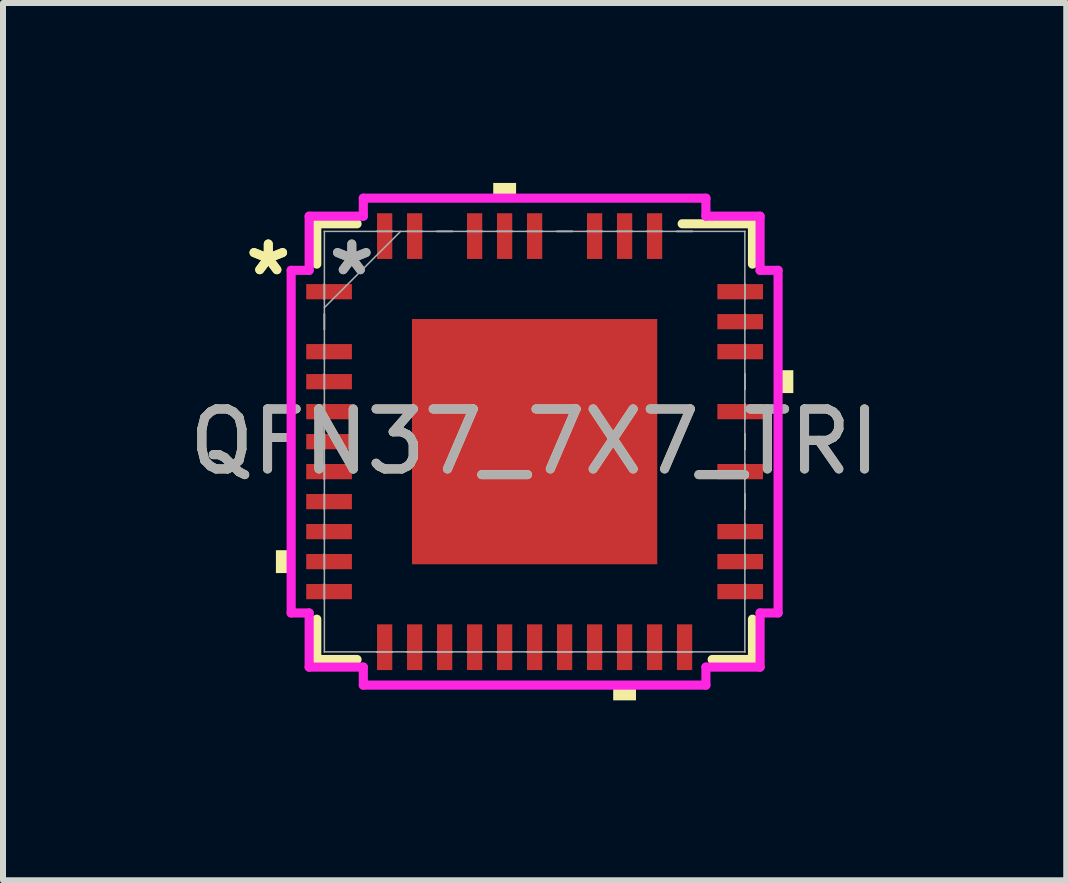
<source format=kicad_pcb>
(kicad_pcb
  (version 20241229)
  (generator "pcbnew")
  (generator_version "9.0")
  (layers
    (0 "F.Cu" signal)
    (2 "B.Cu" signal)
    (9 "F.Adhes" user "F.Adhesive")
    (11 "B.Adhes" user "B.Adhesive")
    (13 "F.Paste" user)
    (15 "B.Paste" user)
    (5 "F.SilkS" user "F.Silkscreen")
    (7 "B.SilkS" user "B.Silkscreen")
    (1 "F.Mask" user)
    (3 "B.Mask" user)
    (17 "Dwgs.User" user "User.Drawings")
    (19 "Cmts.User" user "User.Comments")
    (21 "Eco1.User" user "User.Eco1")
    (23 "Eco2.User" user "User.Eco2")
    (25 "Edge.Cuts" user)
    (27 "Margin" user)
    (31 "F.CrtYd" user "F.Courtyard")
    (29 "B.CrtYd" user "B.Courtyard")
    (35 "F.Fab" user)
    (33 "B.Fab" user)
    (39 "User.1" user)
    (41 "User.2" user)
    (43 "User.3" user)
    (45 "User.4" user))
  (footprint "QFN37_7X7_TRI"
    (layer "F.Cu")
    (at 5.863 4.313)
    (property "Reference" "QFN37_7X7_TRI" (at 0 0 0) (unlocked yes) (layer "F.SilkS") (effects (font (size 1 1) (thickness 0.15))))
    (attr smd)
    (fp_line (start -3.632 -3.632) (end -3.632 -2.96) (stroke (width 0.152) (type solid)) (layer "F.SilkS"))
    (fp_line (start -3.632 2.96) (end -3.632 3.632) (stroke (width 0.152) (type solid)) (layer "F.SilkS"))
    (fp_line (start -3.632 3.632) (end -2.96 3.632) (stroke (width 0.152) (type solid)) (layer "F.SilkS"))
    (fp_line (start -2.96 -3.632) (end -3.632 -3.632) (stroke (width 0.152) (type solid)) (layer "F.SilkS"))
    (fp_line (start 2.96 3.632) (end 3.632 3.632) (stroke (width 0.152) (type solid)) (layer "F.SilkS"))
    (fp_line (start 3.632 -3.632) (end 2.46 -3.632) (stroke (width 0.152) (type solid)) (layer "F.SilkS"))
    (fp_line (start 3.632 -2.96) (end 3.632 -3.632) (stroke (width 0.152) (type solid)) (layer "F.SilkS"))
    (fp_line (start 3.632 3.632) (end 3.632 2.96) (stroke (width 0.152) (type solid)) (layer "F.SilkS"))
    (fp_poly (pts (xy -4.313 1.81) (xy -4.313 2.191) (xy -4.059 2.191) (xy -4.059 1.81)) (stroke (width 0) (type solid)) (fill yes) (layer "F.SilkS"))
    (fp_poly (pts (xy -0.69 -4.059) (xy -0.69 -4.313) (xy -0.309 -4.313) (xy -0.309 -4.059)) (stroke (width 0) (type solid)) (fill yes) (layer "F.SilkS"))
    (fp_poly (pts (xy 1.31 4.059) (xy 1.31 4.313) (xy 1.69 4.313) (xy 1.69 4.059)) (stroke (width 0) (type solid)) (fill yes) (layer "F.SilkS"))
    (fp_poly (pts (xy 4.313 -1.191) (xy 4.313 -0.81) (xy 4.059 -0.81) (xy 4.059 -1.191)) (stroke (width 0) (type solid)) (fill yes) (layer "F.SilkS"))
    (fp_poly (pts (xy -1.945 -1.945) (xy -1.945 -0.782) (xy -0.782 -0.782) (xy -0.782 -1.945)) (stroke (width 0) (type solid)) (fill yes) (layer "F.Paste"))
    (fp_poly (pts (xy -1.945 -0.582) (xy -1.945 0.582) (xy -0.782 0.582) (xy -0.782 -0.582)) (stroke (width 0) (type solid)) (fill yes) (layer "F.Paste"))
    (fp_poly (pts (xy -1.945 0.782) (xy -1.945 1.945) (xy -0.782 1.945) (xy -0.782 0.782)) (stroke (width 0) (type solid)) (fill yes) (layer "F.Paste"))
    (fp_poly (pts (xy -0.582 -1.945) (xy -0.582 -0.782) (xy 0.582 -0.782) (xy 0.582 -1.945)) (stroke (width 0) (type solid)) (fill yes) (layer "F.Paste"))
    (fp_poly (pts (xy -0.582 -0.582) (xy -0.582 0.582) (xy 0.582 0.582) (xy 0.582 -0.582)) (stroke (width 0) (type solid)) (fill yes) (layer "F.Paste"))
    (fp_poly (pts (xy -0.582 0.782) (xy -0.582 1.945) (xy 0.582 1.945) (xy 0.582 0.782)) (stroke (width 0) (type solid)) (fill yes) (layer "F.Paste"))
    (fp_poly (pts (xy 0.782 -1.945) (xy 0.782 -0.782) (xy 1.945 -0.782) (xy 1.945 -1.945)) (stroke (width 0) (type solid)) (fill yes) (layer "F.Paste"))
    (fp_poly (pts (xy 0.782 -0.582) (xy 0.782 0.582) (xy 1.945 0.582) (xy 1.945 -0.582)) (stroke (width 0) (type solid)) (fill yes) (layer "F.Paste"))
    (fp_poly (pts (xy 0.782 0.782) (xy 0.782 1.945) (xy 1.945 1.945) (xy 1.945 0.782)) (stroke (width 0) (type solid)) (fill yes) (layer "F.Paste"))
    (fp_line (start -4.059 -2.856) (end -3.759 -2.856) (stroke (width 0.152) (type solid)) (layer "F.CrtYd"))
    (fp_line (start -4.059 2.856) (end -4.059 -2.856) (stroke (width 0.152) (type solid)) (layer "F.CrtYd"))
    (fp_line (start -3.759 -3.759) (end -2.856 -3.759) (stroke (width 0.152) (type solid)) (layer "F.CrtYd"))
    (fp_line (start -3.759 -2.856) (end -3.759 -3.759) (stroke (width 0.152) (type solid)) (layer "F.CrtYd"))
    (fp_line (start -3.759 2.856) (end -4.059 2.856) (stroke (width 0.152) (type solid)) (layer "F.CrtYd"))
    (fp_line (start -3.759 3.759) (end -3.759 2.856) (stroke (width 0.152) (type solid)) (layer "F.CrtYd"))
    (fp_line (start -2.856 -4.059) (end 2.856 -4.059) (stroke (width 0.152) (type solid)) (layer "F.CrtYd"))
    (fp_line (start -2.856 -3.759) (end -2.856 -4.059) (stroke (width 0.152) (type solid)) (layer "F.CrtYd"))
    (fp_line (start -2.856 3.759) (end -3.759 3.759) (stroke (width 0.152) (type solid)) (layer "F.CrtYd"))
    (fp_line (start -2.856 4.059) (end -2.856 3.759) (stroke (width 0.152) (type solid)) (layer "F.CrtYd"))
    (fp_line (start 2.856 -4.059) (end 2.856 -3.759) (stroke (width 0.152) (type solid)) (layer "F.CrtYd"))
    (fp_line (start 2.856 -3.759) (end 3.759 -3.759) (stroke (width 0.152) (type solid)) (layer "F.CrtYd"))
    (fp_line (start 2.856 3.759) (end 2.856 4.059) (stroke (width 0.152) (type solid)) (layer "F.CrtYd"))
    (fp_line (start 2.856 4.059) (end -2.856 4.059) (stroke (width 0.152) (type solid)) (layer "F.CrtYd"))
    (fp_line (start 3.759 -3.759) (end 3.759 -2.856) (stroke (width 0.152) (type solid)) (layer "F.CrtYd"))
    (fp_line (start 3.759 -2.856) (end 4.059 -2.856) (stroke (width 0.152) (type solid)) (layer "F.CrtYd"))
    (fp_line (start 3.759 2.856) (end 3.759 3.759) (stroke (width 0.152) (type solid)) (layer "F.CrtYd"))
    (fp_line (start 3.759 3.759) (end 2.856 3.759) (stroke (width 0.152) (type solid)) (layer "F.CrtYd"))
    (fp_line (start 4.059 -2.856) (end 4.059 2.856) (stroke (width 0.152) (type solid)) (layer "F.CrtYd"))
    (fp_line (start 4.059 2.856) (end 3.759 2.856) (stroke (width 0.152) (type solid)) (layer "F.CrtYd"))
    (fp_line (start -3.505 -3.505) (end -3.505 -3.505) (stroke (width 0.025) (type solid)) (layer "F.Fab"))
    (fp_line (start -3.505 -3.505) (end -3.505 3.505) (stroke (width 0.025) (type solid)) (layer "F.Fab"))
    (fp_line (start -3.505 -2.627) (end -3.505 -2.627) (stroke (width 0.025) (type solid)) (layer "F.Fab"))
    (fp_line (start -3.505 -2.627) (end -3.505 -2.373) (stroke (width 0.025) (type solid)) (layer "F.Fab"))
    (fp_line (start -3.505 -2.373) (end -3.505 -2.627) (stroke (width 0.025) (type solid)) (layer "F.Fab"))
    (fp_line (start -3.505 -2.373) (end -3.505 -2.373) (stroke (width 0.025) (type solid)) (layer "F.Fab"))
    (fp_line (start -3.505 -2.235) (end -2.235 -3.505) (stroke (width 0.025) (type solid)) (layer "F.Fab"))
    (fp_line (start -3.505 -2.127) (end -3.505 -2.127) (stroke (width 0.025) (type solid)) (layer "F.Fab"))
    (fp_line (start -3.505 -2.127) (end -3.505 -1.873) (stroke (width 0.025) (type solid)) (layer "F.Fab"))
    (fp_line (start -3.505 -1.873) (end -3.505 -2.127) (stroke (width 0.025) (type solid)) (layer "F.Fab"))
    (fp_line (start -3.505 -1.873) (end -3.505 -1.873) (stroke (width 0.025) (type solid)) (layer "F.Fab"))
    (fp_line (start -3.505 -1.627) (end -3.505 -1.627) (stroke (width 0.025) (type solid)) (layer "F.Fab"))
    (fp_line (start -3.505 -1.627) (end -3.505 -1.373) (stroke (width 0.025) (type solid)) (layer "F.Fab"))
    (fp_line (start -3.505 -1.373) (end -3.505 -1.627) (stroke (width 0.025) (type solid)) (layer "F.Fab"))
    (fp_line (start -3.505 -1.373) (end -3.505 -1.373) (stroke (width 0.025) (type solid)) (layer "F.Fab"))
    (fp_line (start -3.505 -1.127) (end -3.505 -1.127) (stroke (width 0.025) (type solid)) (layer "F.Fab"))
    (fp_line (start -3.505 -1.127) (end -3.505 -0.873) (stroke (width 0.025) (type solid)) (layer "F.Fab"))
    (fp_line (start -3.505 -0.873) (end -3.505 -1.127) (stroke (width 0.025) (type solid)) (layer "F.Fab"))
    (fp_line (start -3.505 -0.873) (end -3.505 -0.873) (stroke (width 0.025) (type solid)) (layer "F.Fab"))
    (fp_line (start -3.505 -0.627) (end -3.505 -0.627) (stroke (width 0.025) (type solid)) (layer "F.Fab"))
    (fp_line (start -3.505 -0.627) (end -3.505 -0.373) (stroke (width 0.025) (type solid)) (layer "F.Fab"))
    (fp_line (start -3.505 -0.373) (end -3.505 -0.627) (stroke (width 0.025) (type solid)) (layer "F.Fab"))
    (fp_line (start -3.505 -0.373) (end -3.505 -0.373) (stroke (width 0.025) (type solid)) (layer "F.Fab"))
    (fp_line (start -3.505 -0.127) (end -3.505 -0.127) (stroke (width 0.025) (type solid)) (layer "F.Fab"))
    (fp_line (start -3.505 -0.127) (end -3.505 0.127) (stroke (width 0.025) (type solid)) (layer "F.Fab"))
    (fp_line (start -3.505 0.127) (end -3.505 -0.127) (stroke (width 0.025) (type solid)) (layer "F.Fab"))
    (fp_line (start -3.505 0.127) (end -3.505 0.127) (stroke (width 0.025) (type solid)) (layer "F.Fab"))
    (fp_line (start -3.505 0.373) (end -3.505 0.373) (stroke (width 0.025) (type solid)) (layer "F.Fab"))
    (fp_line (start -3.505 0.373) (end -3.505 0.627) (stroke (width 0.025) (type solid)) (layer "F.Fab"))
    (fp_line (start -3.505 0.627) (end -3.505 0.373) (stroke (width 0.025) (type solid)) (layer "F.Fab"))
    (fp_line (start -3.505 0.627) (end -3.505 0.627) (stroke (width 0.025) (type solid)) (layer "F.Fab"))
    (fp_line (start -3.505 0.873) (end -3.505 0.873) (stroke (width 0.025) (type solid)) (layer "F.Fab"))
    (fp_line (start -3.505 0.873) (end -3.505 1.127) (stroke (width 0.025) (type solid)) (layer "F.Fab"))
    (fp_line (start -3.505 1.127) (end -3.505 0.873) (stroke (width 0.025) (type solid)) (layer "F.Fab"))
    (fp_line (start -3.505 1.127) (end -3.505 1.127) (stroke (width 0.025) (type solid)) (layer "F.Fab"))
    (fp_line (start -3.505 1.373) (end -3.505 1.373) (stroke (width 0.025) (type solid)) (layer "F.Fab"))
    (fp_line (start -3.505 1.373) (end -3.505 1.627) (stroke (width 0.025) (type solid)) (layer "F.Fab"))
    (fp_line (start -3.505 1.627) (end -3.505 1.373) (stroke (width 0.025) (type solid)) (layer "F.Fab"))
    (fp_line (start -3.505 1.627) (end -3.505 1.627) (stroke (width 0.025) (type solid)) (layer "F.Fab"))
    (fp_line (start -3.505 1.873) (end -3.505 1.873) (stroke (width 0.025) (type solid)) (layer "F.Fab"))
    (fp_line (start -3.505 1.873) (end -3.505 2.127) (stroke (width 0.025) (type solid)) (layer "F.Fab"))
    (fp_line (start -3.505 2.127) (end -3.505 1.873) (stroke (width 0.025) (type solid)) (layer "F.Fab"))
    (fp_line (start -3.505 2.127) (end -3.505 2.127) (stroke (width 0.025) (type solid)) (layer "F.Fab"))
    (fp_line (start -3.505 2.373) (end -3.505 2.373) (stroke (width 0.025) (type solid)) (layer "F.Fab"))
    (fp_line (start -3.505 2.373) (end -3.505 2.627) (stroke (width 0.025) (type solid)) (layer "F.Fab"))
    (fp_line (start -3.505 2.627) (end -3.505 2.373) (stroke (width 0.025) (type solid)) (layer "F.Fab"))
    (fp_line (start -3.505 2.627) (end -3.505 2.627) (stroke (width 0.025) (type solid)) (layer "F.Fab"))
    (fp_line (start -3.505 3.505) (end -3.505 3.505) (stroke (width 0.025) (type solid)) (layer "F.Fab"))
    (fp_line (start -3.505 3.505) (end 3.505 3.505) (stroke (width 0.025) (type solid)) (layer "F.Fab"))
    (fp_line (start -2.627 -3.505) (end -2.627 -3.505) (stroke (width 0.025) (type solid)) (layer "F.Fab"))
    (fp_line (start -2.627 -3.505) (end -2.373 -3.505) (stroke (width 0.025) (type solid)) (layer "F.Fab"))
    (fp_line (start -2.627 3.505) (end -2.627 3.505) (stroke (width 0.025) (type solid)) (layer "F.Fab"))
    (fp_line (start -2.627 3.505) (end -2.373 3.505) (stroke (width 0.025) (type solid)) (layer "F.Fab"))
    (fp_line (start -2.373 -3.505) (end -2.627 -3.505) (stroke (width 0.025) (type solid)) (layer "F.Fab"))
    (fp_line (start -2.373 -3.505) (end -2.373 -3.505) (stroke (width 0.025) (type solid)) (layer "F.Fab"))
    (fp_line (start -2.373 3.505) (end -2.627 3.505) (stroke (width 0.025) (type solid)) (layer "F.Fab"))
    (fp_line (start -2.373 3.505) (end -2.373 3.505) (stroke (width 0.025) (type solid)) (layer "F.Fab"))
    (fp_line (start -2.127 -3.505) (end -2.127 -3.505) (stroke (width 0.025) (type solid)) (layer "F.Fab"))
    (fp_line (start -2.127 -3.505) (end -1.873 -3.505) (stroke (width 0.025) (type solid)) (layer "F.Fab"))
    (fp_line (start -2.127 3.505) (end -2.127 3.505) (stroke (width 0.025) (type solid)) (layer "F.Fab"))
    (fp_line (start -2.127 3.505) (end -1.873 3.505) (stroke (width 0.025) (type solid)) (layer "F.Fab"))
    (fp_line (start -1.873 -3.505) (end -2.127 -3.505) (stroke (width 0.025) (type solid)) (layer "F.Fab"))
    (fp_line (start -1.873 -3.505) (end -1.873 -3.505) (stroke (width 0.025) (type solid)) (layer "F.Fab"))
    (fp_line (start -1.873 3.505) (end -2.127 3.505) (stroke (width 0.025) (type solid)) (layer "F.Fab"))
    (fp_line (start -1.873 3.505) (end -1.873 3.505) (stroke (width 0.025) (type solid)) (layer "F.Fab"))
    (fp_line (start -1.627 -3.505) (end -1.627 -3.505) (stroke (width 0.025) (type solid)) (layer "F.Fab"))
    (fp_line (start -1.627 -3.505) (end -1.373 -3.505) (stroke (width 0.025) (type solid)) (layer "F.Fab"))
    (fp_line (start -1.627 3.505) (end -1.627 3.505) (stroke (width 0.025) (type solid)) (layer "F.Fab"))
    (fp_line (start -1.627 3.505) (end -1.373 3.505) (stroke (width 0.025) (type solid)) (layer "F.Fab"))
    (fp_line (start -1.373 -3.505) (end -1.627 -3.505) (stroke (width 0.025) (type solid)) (layer "F.Fab"))
    (fp_line (start -1.373 -3.505) (end -1.373 -3.505) (stroke (width 0.025) (type solid)) (layer "F.Fab"))
    (fp_line (start -1.373 3.505) (end -1.627 3.505) (stroke (width 0.025) (type solid)) (layer "F.Fab"))
    (fp_line (start -1.373 3.505) (end -1.373 3.505) (stroke (width 0.025) (type solid)) (layer "F.Fab"))
    (fp_line (start -1.127 -3.505) (end -1.127 -3.505) (stroke (width 0.025) (type solid)) (layer "F.Fab"))
    (fp_line (start -1.127 -3.505) (end -0.873 -3.505) (stroke (width 0.025) (type solid)) (layer "F.Fab"))
    (fp_line (start -1.127 3.505) (end -1.127 3.505) (stroke (width 0.025) (type solid)) (layer "F.Fab"))
    (fp_line (start -1.127 3.505) (end -0.873 3.505) (stroke (width 0.025) (type solid)) (layer "F.Fab"))
    (fp_line (start -0.873 -3.505) (end -1.127 -3.505) (stroke (width 0.025) (type solid)) (layer "F.Fab"))
    (fp_line (start -0.873 -3.505) (end -0.873 -3.505) (stroke (width 0.025) (type solid)) (layer "F.Fab"))
    (fp_line (start -0.873 3.505) (end -1.127 3.505) (stroke (width 0.025) (type solid)) (layer "F.Fab"))
    (fp_line (start -0.873 3.505) (end -0.873 3.505) (stroke (width 0.025) (type solid)) (layer "F.Fab"))
    (fp_line (start -0.627 -3.505) (end -0.627 -3.505) (stroke (width 0.025) (type solid)) (layer "F.Fab"))
    (fp_line (start -0.627 -3.505) (end -0.373 -3.505) (stroke (width 0.025) (type solid)) (layer "F.Fab"))
    (fp_line (start -0.627 3.505) (end -0.627 3.505) (stroke (width 0.025) (type solid)) (layer "F.Fab"))
    (fp_line (start -0.627 3.505) (end -0.373 3.505) (stroke (width 0.025) (type solid)) (layer "F.Fab"))
    (fp_line (start -0.373 -3.505) (end -0.627 -3.505) (stroke (width 0.025) (type solid)) (layer "F.Fab"))
    (fp_line (start -0.373 -3.505) (end -0.373 -3.505) (stroke (width 0.025) (type solid)) (layer "F.Fab"))
    (fp_line (start -0.373 3.505) (end -0.627 3.505) (stroke (width 0.025) (type solid)) (layer "F.Fab"))
    (fp_line (start -0.373 3.505) (end -0.373 3.505) (stroke (width 0.025) (type solid)) (layer "F.Fab"))
    (fp_line (start -0.127 -3.505) (end -0.127 -3.505) (stroke (width 0.025) (type solid)) (layer "F.Fab"))
    (fp_line (start -0.127 -3.505) (end 0.127 -3.505) (stroke (width 0.025) (type solid)) (layer "F.Fab"))
    (fp_line (start -0.127 3.505) (end -0.127 3.505) (stroke (width 0.025) (type solid)) (layer "F.Fab"))
    (fp_line (start -0.127 3.505) (end 0.127 3.505) (stroke (width 0.025) (type solid)) (layer "F.Fab"))
    (fp_line (start 0.127 -3.505) (end -0.127 -3.505) (stroke (width 0.025) (type solid)) (layer "F.Fab"))
    (fp_line (start 0.127 -3.505) (end 0.127 -3.505) (stroke (width 0.025) (type solid)) (layer "F.Fab"))
    (fp_line (start 0.127 3.505) (end -0.127 3.505) (stroke (width 0.025) (type solid)) (layer "F.Fab"))
    (fp_line (start 0.127 3.505) (end 0.127 3.505) (stroke (width 0.025) (type solid)) (layer "F.Fab"))
    (fp_line (start 0.373 -3.505) (end 0.373 -3.505) (stroke (width 0.025) (type solid)) (layer "F.Fab"))
    (fp_line (start 0.373 -3.505) (end 0.627 -3.505) (stroke (width 0.025) (type solid)) (layer "F.Fab"))
    (fp_line (start 0.373 3.505) (end 0.373 3.505) (stroke (width 0.025) (type solid)) (layer "F.Fab"))
    (fp_line (start 0.373 3.505) (end 0.627 3.505) (stroke (width 0.025) (type solid)) (layer "F.Fab"))
    (fp_line (start 0.627 -3.505) (end 0.373 -3.505) (stroke (width 0.025) (type solid)) (layer "F.Fab"))
    (fp_line (start 0.627 -3.505) (end 0.627 -3.505) (stroke (width 0.025) (type solid)) (layer "F.Fab"))
    (fp_line (start 0.627 3.505) (end 0.373 3.505) (stroke (width 0.025) (type solid)) (layer "F.Fab"))
    (fp_line (start 0.627 3.505) (end 0.627 3.505) (stroke (width 0.025) (type solid)) (layer "F.Fab"))
    (fp_line (start 0.873 -3.505) (end 0.873 -3.505) (stroke (width 0.025) (type solid)) (layer "F.Fab"))
    (fp_line (start 0.873 -3.505) (end 1.127 -3.505) (stroke (width 0.025) (type solid)) (layer "F.Fab"))
    (fp_line (start 0.873 3.505) (end 0.873 3.505) (stroke (width 0.025) (type solid)) (layer "F.Fab"))
    (fp_line (start 0.873 3.505) (end 1.127 3.505) (stroke (width 0.025) (type solid)) (layer "F.Fab"))
    (fp_line (start 1.127 -3.505) (end 0.873 -3.505) (stroke (width 0.025) (type solid)) (layer "F.Fab"))
    (fp_line (start 1.127 -3.505) (end 1.127 -3.505) (stroke (width 0.025) (type solid)) (layer "F.Fab"))
    (fp_line (start 1.127 3.505) (end 0.873 3.505) (stroke (width 0.025) (type solid)) (layer "F.Fab"))
    (fp_line (start 1.127 3.505) (end 1.127 3.505) (stroke (width 0.025) (type solid)) (layer "F.Fab"))
    (fp_line (start 1.373 -3.505) (end 1.373 -3.505) (stroke (width 0.025) (type solid)) (layer "F.Fab"))
    (fp_line (start 1.373 -3.505) (end 1.627 -3.505) (stroke (width 0.025) (type solid)) (layer "F.Fab"))
    (fp_line (start 1.373 3.505) (end 1.373 3.505) (stroke (width 0.025) (type solid)) (layer "F.Fab"))
    (fp_line (start 1.373 3.505) (end 1.627 3.505) (stroke (width 0.025) (type solid)) (layer "F.Fab"))
    (fp_line (start 1.627 -3.505) (end 1.373 -3.505) (stroke (width 0.025) (type solid)) (layer "F.Fab"))
    (fp_line (start 1.627 -3.505) (end 1.627 -3.505) (stroke (width 0.025) (type solid)) (layer "F.Fab"))
    (fp_line (start 1.627 3.505) (end 1.373 3.505) (stroke (width 0.025) (type solid)) (layer "F.Fab"))
    (fp_line (start 1.627 3.505) (end 1.627 3.505) (stroke (width 0.025) (type solid)) (layer "F.Fab"))
    (fp_line (start 1.873 -3.505) (end 1.873 -3.505) (stroke (width 0.025) (type solid)) (layer "F.Fab"))
    (fp_line (start 1.873 -3.505) (end 2.127 -3.505) (stroke (width 0.025) (type solid)) (layer "F.Fab"))
    (fp_line (start 1.873 3.505) (end 1.873 3.505) (stroke (width 0.025) (type solid)) (layer "F.Fab"))
    (fp_line (start 1.873 3.505) (end 2.127 3.505) (stroke (width 0.025) (type solid)) (layer "F.Fab"))
    (fp_line (start 2.127 -3.505) (end 1.873 -3.505) (stroke (width 0.025) (type solid)) (layer "F.Fab"))
    (fp_line (start 2.127 -3.505) (end 2.127 -3.505) (stroke (width 0.025) (type solid)) (layer "F.Fab"))
    (fp_line (start 2.127 3.505) (end 1.873 3.505) (stroke (width 0.025) (type solid)) (layer "F.Fab"))
    (fp_line (start 2.127 3.505) (end 2.127 3.505) (stroke (width 0.025) (type solid)) (layer "F.Fab"))
    (fp_line (start 2.373 -3.505) (end 2.373 -3.505) (stroke (width 0.025) (type solid)) (layer "F.Fab"))
    (fp_line (start 2.373 -3.505) (end 2.627 -3.505) (stroke (width 0.025) (type solid)) (layer "F.Fab"))
    (fp_line (start 2.373 3.505) (end 2.373 3.505) (stroke (width 0.025) (type solid)) (layer "F.Fab"))
    (fp_line (start 2.373 3.505) (end 2.627 3.505) (stroke (width 0.025) (type solid)) (layer "F.Fab"))
    (fp_line (start 2.627 -3.505) (end 2.373 -3.505) (stroke (width 0.025) (type solid)) (layer "F.Fab"))
    (fp_line (start 2.627 -3.505) (end 2.627 -3.505) (stroke (width 0.025) (type solid)) (layer "F.Fab"))
    (fp_line (start 2.627 3.505) (end 2.373 3.505) (stroke (width 0.025) (type solid)) (layer "F.Fab"))
    (fp_line (start 2.627 3.505) (end 2.627 3.505) (stroke (width 0.025) (type solid)) (layer "F.Fab"))
    (fp_line (start 3.505 -3.505) (end -3.505 -3.505) (stroke (width 0.025) (type solid)) (layer "F.Fab"))
    (fp_line (start 3.505 -3.505) (end 3.505 -3.505) (stroke (width 0.025) (type solid)) (layer "F.Fab"))
    (fp_line (start 3.505 -2.627) (end 3.505 -2.627) (stroke (width 0.025) (type solid)) (layer "F.Fab"))
    (fp_line (start 3.505 -2.627) (end 3.505 -2.373) (stroke (width 0.025) (type solid)) (layer "F.Fab"))
    (fp_line (start 3.505 -2.373) (end 3.505 -2.627) (stroke (width 0.025) (type solid)) (layer "F.Fab"))
    (fp_line (start 3.505 -2.373) (end 3.505 -2.373) (stroke (width 0.025) (type solid)) (layer "F.Fab"))
    (fp_line (start 3.505 -2.127) (end 3.505 -2.127) (stroke (width 0.025) (type solid)) (layer "F.Fab"))
    (fp_line (start 3.505 -2.127) (end 3.505 -1.873) (stroke (width 0.025) (type solid)) (layer "F.Fab"))
    (fp_line (start 3.505 -1.873) (end 3.505 -2.127) (stroke (width 0.025) (type solid)) (layer "F.Fab"))
    (fp_line (start 3.505 -1.873) (end 3.505 -1.873) (stroke (width 0.025) (type solid)) (layer "F.Fab"))
    (fp_line (start 3.505 -1.627) (end 3.505 -1.627) (stroke (width 0.025) (type solid)) (layer "F.Fab"))
    (fp_line (start 3.505 -1.627) (end 3.505 -1.373) (stroke (width 0.025) (type solid)) (layer "F.Fab"))
    (fp_line (start 3.505 -1.373) (end 3.505 -1.627) (stroke (width 0.025) (type solid)) (layer "F.Fab"))
    (fp_line (start 3.505 -1.373) (end 3.505 -1.373) (stroke (width 0.025) (type solid)) (layer "F.Fab"))
    (fp_line (start 3.505 -1.127) (end 3.505 -1.127) (stroke (width 0.025) (type solid)) (layer "F.Fab"))
    (fp_line (start 3.505 -1.127) (end 3.505 -0.873) (stroke (width 0.025) (type solid)) (layer "F.Fab"))
    (fp_line (start 3.505 -0.873) (end 3.505 -1.127) (stroke (width 0.025) (type solid)) (layer "F.Fab"))
    (fp_line (start 3.505 -0.873) (end 3.505 -0.873) (stroke (width 0.025) (type solid)) (layer "F.Fab"))
    (fp_line (start 3.505 -0.627) (end 3.505 -0.627) (stroke (width 0.025) (type solid)) (layer "F.Fab"))
    (fp_line (start 3.505 -0.627) (end 3.505 -0.373) (stroke (width 0.025) (type solid)) (layer "F.Fab"))
    (fp_line (start 3.505 -0.373) (end 3.505 -0.627) (stroke (width 0.025) (type solid)) (layer "F.Fab"))
    (fp_line (start 3.505 -0.373) (end 3.505 -0.373) (stroke (width 0.025) (type solid)) (layer "F.Fab"))
    (fp_line (start 3.505 -0.127) (end 3.505 -0.127) (stroke (width 0.025) (type solid)) (layer "F.Fab"))
    (fp_line (start 3.505 -0.127) (end 3.505 0.127) (stroke (width 0.025) (type solid)) (layer "F.Fab"))
    (fp_line (start 3.505 0.127) (end 3.505 -0.127) (stroke (width 0.025) (type solid)) (layer "F.Fab"))
    (fp_line (start 3.505 0.127) (end 3.505 0.127) (stroke (width 0.025) (type solid)) (layer "F.Fab"))
    (fp_line (start 3.505 0.373) (end 3.505 0.373) (stroke (width 0.025) (type solid)) (layer "F.Fab"))
    (fp_line (start 3.505 0.373) (end 3.505 0.627) (stroke (width 0.025) (type solid)) (layer "F.Fab"))
    (fp_line (start 3.505 0.627) (end 3.505 0.373) (stroke (width 0.025) (type solid)) (layer "F.Fab"))
    (fp_line (start 3.505 0.627) (end 3.505 0.627) (stroke (width 0.025) (type solid)) (layer "F.Fab"))
    (fp_line (start 3.505 0.873) (end 3.505 0.873) (stroke (width 0.025) (type solid)) (layer "F.Fab"))
    (fp_line (start 3.505 0.873) (end 3.505 1.127) (stroke (width 0.025) (type solid)) (layer "F.Fab"))
    (fp_line (start 3.505 1.127) (end 3.505 0.873) (stroke (width 0.025) (type solid)) (layer "F.Fab"))
    (fp_line (start 3.505 1.127) (end 3.505 1.127) (stroke (width 0.025) (type solid)) (layer "F.Fab"))
    (fp_line (start 3.505 1.373) (end 3.505 1.373) (stroke (width 0.025) (type solid)) (layer "F.Fab"))
    (fp_line (start 3.505 1.373) (end 3.505 1.627) (stroke (width 0.025) (type solid)) (layer "F.Fab"))
    (fp_line (start 3.505 1.627) (end 3.505 1.373) (stroke (width 0.025) (type solid)) (layer "F.Fab"))
    (fp_line (start 3.505 1.627) (end 3.505 1.627) (stroke (width 0.025) (type solid)) (layer "F.Fab"))
    (fp_line (start 3.505 1.873) (end 3.505 1.873) (stroke (width 0.025) (type solid)) (layer "F.Fab"))
    (fp_line (start 3.505 1.873) (end 3.505 2.127) (stroke (width 0.025) (type solid)) (layer "F.Fab"))
    (fp_line (start 3.505 2.127) (end 3.505 1.873) (stroke (width 0.025) (type solid)) (layer "F.Fab"))
    (fp_line (start 3.505 2.127) (end 3.505 2.127) (stroke (width 0.025) (type solid)) (layer "F.Fab"))
    (fp_line (start 3.505 2.373) (end 3.505 2.373) (stroke (width 0.025) (type solid)) (layer "F.Fab"))
    (fp_line (start 3.505 2.373) (end 3.505 2.627) (stroke (width 0.025) (type solid)) (layer "F.Fab"))
    (fp_line (start 3.505 2.627) (end 3.505 2.373) (stroke (width 0.025) (type solid)) (layer "F.Fab"))
    (fp_line (start 3.505 2.627) (end 3.505 2.627) (stroke (width 0.025) (type solid)) (layer "F.Fab"))
    (fp_line (start 3.505 3.505) (end 3.505 -3.505) (stroke (width 0.025) (type solid)) (layer "F.Fab"))
    (fp_line (start 3.505 3.505) (end 3.505 3.505) (stroke (width 0.025) (type solid)) (layer "F.Fab"))
    (fp_text user "*" (at -4.44 -2.75 0) (unlocked yes) (layer "F.SilkS") (effects (font (size 1 1) (thickness 0.15))))
    (fp_text user "*" (at -4.44 -2.75 0) (layer "F.SilkS") (effects (font (size 1 1) (thickness 0.15))))
    (fp_text user "*" (at -3.048 -2.75 0) (layer "F.Fab") (effects (font (size 1 1) (thickness 0.15))))
    (fp_text user "*" (at -3.048 -2.75 0) (unlocked yes) (layer "F.Fab") (effects (font (size 1 1) (thickness 0.15))))
    (fp_text user "${REFERENCE}" (at 0 0 0) (unlocked yes) (layer "F.Fab") (effects (font (size 1 1) (thickness 0.15))))
    (pad "1" smd rect (at -3.427 -2.5 90) (size 0.254 0.762) (layers "F.Cu" "F.Mask" "F.Paste"))
    (pad "2" smd rect (at -3.427 -1.5 90) (size 0.254 0.762) (layers "F.Cu" "F.Mask" "F.Paste"))
    (pad "3" smd rect (at -3.427 -1 90) (size 0.254 0.762) (layers "F.Cu" "F.Mask" "F.Paste"))
    (pad "4" smd rect (at -3.427 -0.5 90) (size 0.254 0.762) (layers "F.Cu" "F.Mask" "F.Paste"))
    (pad "5" smd rect (at -3.427 0 90) (size 0.254 0.762) (layers "F.Cu" "F.Mask" "F.Paste"))
    (pad "6" smd rect (at -3.427 0.5 90) (size 0.254 0.762) (layers "F.Cu" "F.Mask" "F.Paste"))
    (pad "7" smd rect (at -3.427 1 90) (size 0.254 0.762) (layers "F.Cu" "F.Mask" "F.Paste"))
    (pad "8" smd rect (at -3.427 1.5 90) (size 0.254 0.762) (layers "F.Cu" "F.Mask" "F.Paste"))
    (pad "9" smd rect (at -3.427 2 90) (size 0.254 0.762) (layers "F.Cu" "F.Mask" "F.Paste"))
    (pad "10" smd rect (at -3.427 2.5 90) (size 0.254 0.762) (layers "F.Cu" "F.Mask" "F.Paste"))
    (pad "11" smd rect (at -2.5 3.427) (size 0.254 0.762) (layers "F.Cu" "F.Mask" "F.Paste"))
    (pad "12" smd rect (at -2 3.427) (size 0.254 0.762) (layers "F.Cu" "F.Mask" "F.Paste"))
    (pad "13" smd rect (at -1.5 3.427) (size 0.254 0.762) (layers "F.Cu" "F.Mask" "F.Paste"))
    (pad "14" smd rect (at -1 3.427) (size 0.254 0.762) (layers "F.Cu" "F.Mask" "F.Paste"))
    (pad "15" smd rect (at -0.5 3.427) (size 0.254 0.762) (layers "F.Cu" "F.Mask" "F.Paste"))
    (pad "16" smd rect (at 0 3.427) (size 0.254 0.762) (layers "F.Cu" "F.Mask" "F.Paste"))
    (pad "17" smd rect (at 0.5 3.427) (size 0.254 0.762) (layers "F.Cu" "F.Mask" "F.Paste"))
    (pad "18" smd rect (at 1 3.427) (size 0.254 0.762) (layers "F.Cu" "F.Mask" "F.Paste"))
    (pad "19" smd rect (at 1.5 3.427) (size 0.254 0.762) (layers "F.Cu" "F.Mask" "F.Paste"))
    (pad "20" smd rect (at 2 3.427) (size 0.254 0.762) (layers "F.Cu" "F.Mask" "F.Paste"))
    (pad "21" smd rect (at 2.5 3.427) (size 0.254 0.762) (layers "F.Cu" "F.Mask" "F.Paste"))
    (pad "22" smd rect (at 3.427 2.5 90) (size 0.254 0.762) (layers "F.Cu" "F.Mask" "F.Paste"))
    (pad "23" smd rect (at 3.427 2 90) (size 0.254 0.762) (layers "F.Cu" "F.Mask" "F.Paste"))
    (pad "24" smd rect (at 3.427 1.5 90) (size 0.254 0.762) (layers "F.Cu" "F.Mask" "F.Paste"))
    (pad "25" smd rect (at 3.427 0.5 90) (size 0.254 0.762) (layers "F.Cu" "F.Mask" "F.Paste"))
    (pad "26" smd rect (at 3.427 -0.5 90) (size 0.254 0.762) (layers "F.Cu" "F.Mask" "F.Paste"))
    (pad "27" smd rect (at 3.427 -1.5 90) (size 0.254 0.762) (layers "F.Cu" "F.Mask" "F.Paste"))
    (pad "28" smd rect (at 3.427 -2 90) (size 0.254 0.762) (layers "F.Cu" "F.Mask" "F.Paste"))
    (pad "29" smd rect (at 3.427 -2.5 90) (size 0.254 0.762) (layers "F.Cu" "F.Mask" "F.Paste"))
    (pad "30" smd rect (at 2 -3.427) (size 0.254 0.762) (layers "F.Cu" "F.Mask" "F.Paste"))
    (pad "31" smd rect (at 1.5 -3.427) (size 0.254 0.762) (layers "F.Cu" "F.Mask" "F.Paste"))
    (pad "32" smd rect (at 1 -3.427) (size 0.254 0.762) (layers "F.Cu" "F.Mask" "F.Paste"))
    (pad "33" smd rect (at 0 -3.427) (size 0.254 0.762) (layers "F.Cu" "F.Mask" "F.Paste"))
    (pad "34" smd rect (at -0.5 -3.427) (size 0.254 0.762) (layers "F.Cu" "F.Mask" "F.Paste"))
    (pad "35" smd rect (at -1 -3.427) (size 0.254 0.762) (layers "F.Cu" "F.Mask" "F.Paste"))
    (pad "36" smd rect (at -2 -3.427) (size 0.254 0.762) (layers "F.Cu" "F.Mask" "F.Paste"))
    (pad "37" smd rect (at -2.5 -3.427) (size 0.254 0.762) (layers "F.Cu" "F.Mask" "F.Paste"))
    (pad "38" smd rect (at 0 0) (size 4.089 4.089) (layers "F.Cu" "F.Mask")))
  (gr_rect
    (start -3 -3)
    (end 14.726 11.626)
    (stroke (width 0.1) (type default))
    (fill no)
    (layer "Edge.Cuts")))
</source>
